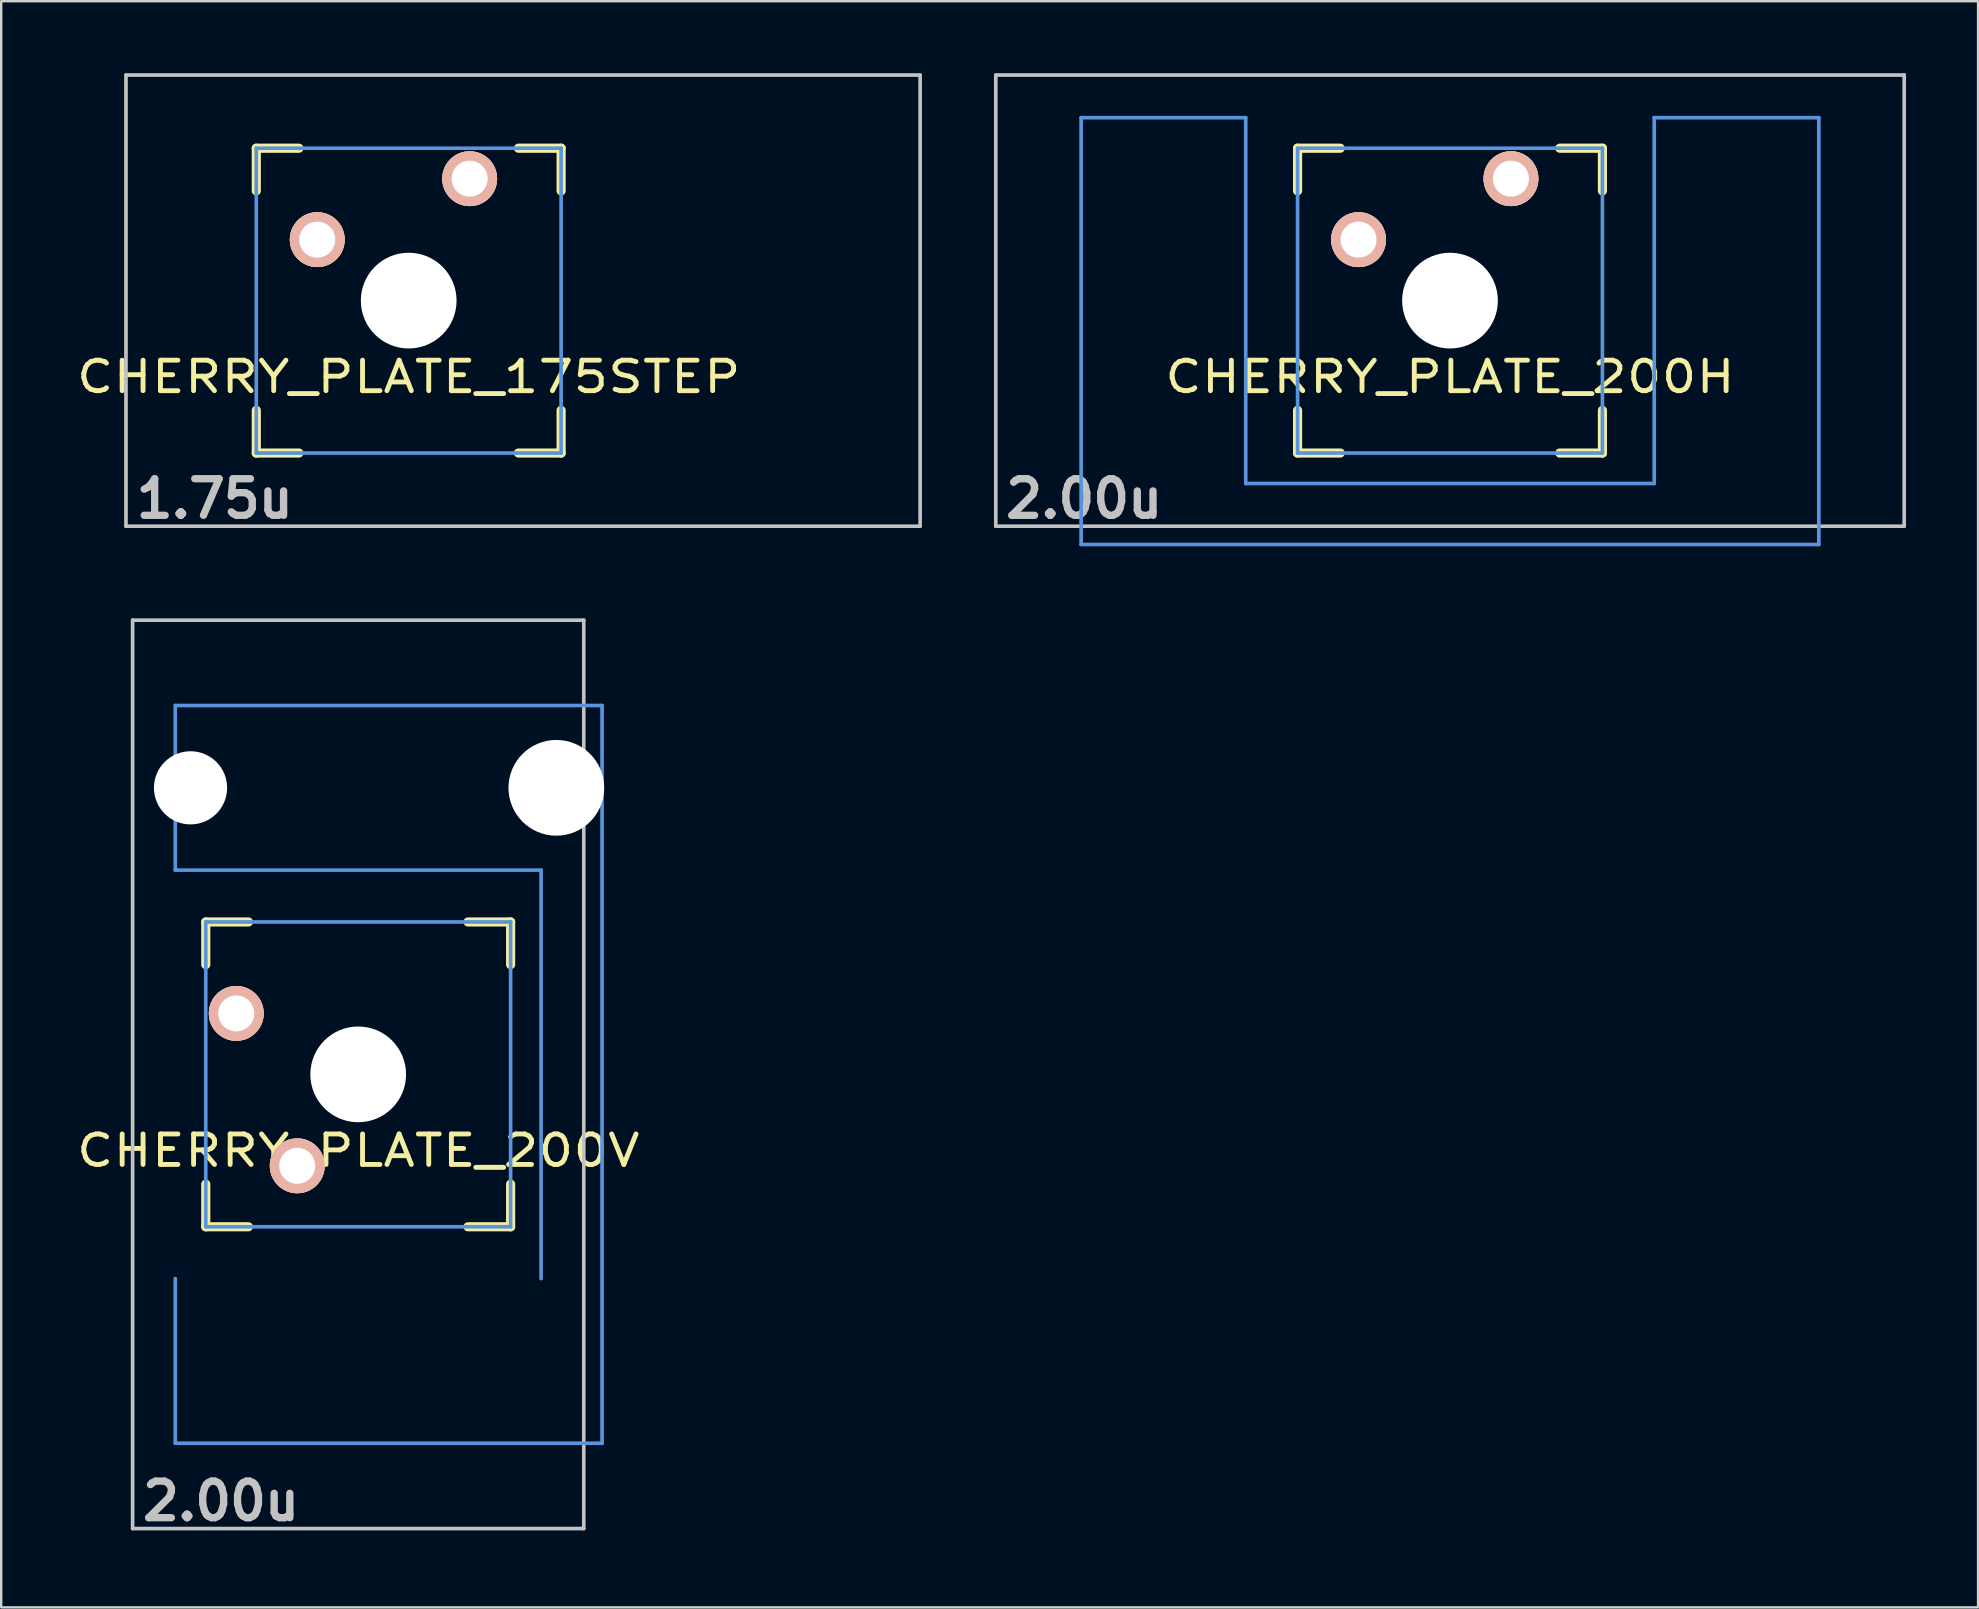
<source format=kicad_pcb>
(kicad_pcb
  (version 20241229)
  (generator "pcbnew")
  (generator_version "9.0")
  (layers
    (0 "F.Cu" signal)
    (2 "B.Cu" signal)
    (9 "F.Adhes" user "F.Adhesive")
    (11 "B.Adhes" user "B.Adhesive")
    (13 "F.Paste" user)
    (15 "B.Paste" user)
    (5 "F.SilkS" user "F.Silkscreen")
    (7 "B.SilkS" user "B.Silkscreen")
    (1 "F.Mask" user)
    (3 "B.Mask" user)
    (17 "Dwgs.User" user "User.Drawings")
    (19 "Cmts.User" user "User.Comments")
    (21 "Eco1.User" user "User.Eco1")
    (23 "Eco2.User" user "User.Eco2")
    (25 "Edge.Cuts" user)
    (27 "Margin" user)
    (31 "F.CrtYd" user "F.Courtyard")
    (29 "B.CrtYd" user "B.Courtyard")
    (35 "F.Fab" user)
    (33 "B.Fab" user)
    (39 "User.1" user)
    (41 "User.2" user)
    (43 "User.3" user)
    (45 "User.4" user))
  (footprint "CHERRY_PLATE_200V"
    (layer "F.Cu")
    (at 11.873 41.71)
    (property "Reference" "CHERRY_PLATE_200V" (at 0 3.175 0) (layer "F.SilkS") (effects (font (size 1.27 1.524) (thickness 0.203))))
    (attr through_hole)
    (fp_line (start -6.35 -6.35) (end -4.572 -6.35) (stroke (width 0.381) (type solid)) (layer "F.SilkS"))
    (fp_line (start -6.35 -4.572) (end -6.35 -6.35) (stroke (width 0.381) (type solid)) (layer "F.SilkS"))
    (fp_line (start -6.35 6.35) (end -6.35 4.572) (stroke (width 0.381) (type solid)) (layer "F.SilkS"))
    (fp_line (start -4.572 6.35) (end -6.35 6.35) (stroke (width 0.381) (type solid)) (layer "F.SilkS"))
    (fp_line (start 4.572 -6.35) (end 6.35 -6.35) (stroke (width 0.381) (type solid)) (layer "F.SilkS"))
    (fp_line (start 6.35 -6.35) (end 6.35 -4.572) (stroke (width 0.381) (type solid)) (layer "F.SilkS"))
    (fp_line (start 6.35 4.572) (end 6.35 6.35) (stroke (width 0.381) (type solid)) (layer "F.SilkS"))
    (fp_line (start 6.35 6.35) (end 4.572 6.35) (stroke (width 0.381) (type solid)) (layer "F.SilkS"))
    (fp_line (start -9.398 -18.923) (end 9.398 -18.923) (stroke (width 0.152) (type solid)) (layer "Dwgs.User"))
    (fp_line (start -9.398 18.923) (end -9.398 -18.923) (stroke (width 0.152) (type solid)) (layer "Dwgs.User"))
    (fp_line (start 9.398 -18.923) (end 9.398 18.923) (stroke (width 0.152) (type solid)) (layer "Dwgs.User"))
    (fp_line (start 9.398 18.923) (end -9.398 18.923) (stroke (width 0.152) (type solid)) (layer "Dwgs.User"))
    (fp_line (start -7.62 -15.367) (end -7.62 -8.509) (stroke (width 0.152) (type solid)) (layer "Cmts.User"))
    (fp_line (start -7.62 -8.509) (end 7.62 -8.509) (stroke (width 0.152) (type solid)) (layer "Cmts.User"))
    (fp_line (start -7.62 8.509) (end -7.62 15.367) (stroke (width 0.152) (type solid)) (layer "Cmts.User"))
    (fp_line (start -7.62 15.367) (end 10.16 15.367) (stroke (width 0.152) (type solid)) (layer "Cmts.User"))
    (fp_line (start -6.35 -6.35) (end 6.35 -6.35) (stroke (width 0.152) (type solid)) (layer "Cmts.User"))
    (fp_line (start -6.35 6.35) (end -6.35 -6.35) (stroke (width 0.152) (type solid)) (layer "Cmts.User"))
    (fp_line (start 6.35 -6.35) (end 6.35 6.35) (stroke (width 0.152) (type solid)) (layer "Cmts.User"))
    (fp_line (start 6.35 6.35) (end -6.35 6.35) (stroke (width 0.152) (type solid)) (layer "Cmts.User"))
    (fp_line (start 7.62 -8.509) (end 7.62 8.509) (stroke (width 0.152) (type solid)) (layer "Cmts.User"))
    (fp_line (start 10.16 -15.367) (end -7.62 -15.367) (stroke (width 0.152) (type solid)) (layer "Cmts.User"))
    (fp_line (start 10.16 15.367) (end 10.16 -15.367) (stroke (width 0.152) (type solid)) (layer "Cmts.User"))
    (fp_line (start -6.985 -6.985) (end -4.877 -6.985) (stroke (width 0.152) (type solid)) (layer "Eco2.User"))
    (fp_line (start -6.985 6.985) (end -6.985 -6.985) (stroke (width 0.152) (type solid)) (layer "Eco2.User"))
    (fp_line (start -5.69 -15.265) (end -2.286 -15.265) (stroke (width 0.152) (type solid)) (layer "Eco2.User"))
    (fp_line (start -5.69 -8.611) (end -5.69 -15.265) (stroke (width 0.152) (type solid)) (layer "Eco2.User"))
    (fp_line (start -5.69 8.611) (end -4.877 8.611) (stroke (width 0.152) (type solid)) (layer "Eco2.User"))
    (fp_line (start -5.69 15.265) (end -5.69 8.611) (stroke (width 0.152) (type solid)) (layer "Eco2.User"))
    (fp_line (start -4.877 -8.611) (end -5.69 -8.611) (stroke (width 0.152) (type solid)) (layer "Eco2.User"))
    (fp_line (start -4.877 -6.985) (end -4.877 -8.611) (stroke (width 0.152) (type solid)) (layer "Eco2.User"))
    (fp_line (start -4.877 6.985) (end -6.985 6.985) (stroke (width 0.152) (type solid)) (layer "Eco2.User"))
    (fp_line (start -4.877 8.611) (end -4.877 6.985) (stroke (width 0.152) (type solid)) (layer "Eco2.User"))
    (fp_line (start -2.286 -16.129) (end 0.508 -16.129) (stroke (width 0.152) (type solid)) (layer "Eco2.User"))
    (fp_line (start -2.286 -15.265) (end -2.286 -16.129) (stroke (width 0.152) (type solid)) (layer "Eco2.User"))
    (fp_line (start -2.286 15.265) (end -5.69 15.265) (stroke (width 0.152) (type solid)) (layer "Eco2.User"))
    (fp_line (start -2.286 16.129) (end -2.286 15.265) (stroke (width 0.152) (type solid)) (layer "Eco2.User"))
    (fp_line (start 0.508 -16.129) (end 0.508 -15.265) (stroke (width 0.152) (type solid)) (layer "Eco2.User"))
    (fp_line (start 0.508 -15.265) (end 6.604 -15.265) (stroke (width 0.152) (type solid)) (layer "Eco2.User"))
    (fp_line (start 0.508 15.265) (end 0.508 16.129) (stroke (width 0.152) (type solid)) (layer "Eco2.User"))
    (fp_line (start 0.508 16.129) (end -2.286 16.129) (stroke (width 0.152) (type solid)) (layer "Eco2.User"))
    (fp_line (start 5.817 -8.611) (end 5.817 -6.985) (stroke (width 0.152) (type solid)) (layer "Eco2.User"))
    (fp_line (start 5.817 -6.985) (end 6.985 -6.985) (stroke (width 0.152) (type solid)) (layer "Eco2.User"))
    (fp_line (start 5.817 6.985) (end 5.817 8.611) (stroke (width 0.152) (type solid)) (layer "Eco2.User"))
    (fp_line (start 5.817 8.611) (end 6.604 8.611) (stroke (width 0.152) (type solid)) (layer "Eco2.User"))
    (fp_line (start 6.604 -15.265) (end 6.604 -14.224) (stroke (width 0.152) (type solid)) (layer "Eco2.User"))
    (fp_line (start 6.604 -14.224) (end 7.772 -14.224) (stroke (width 0.152) (type solid)) (layer "Eco2.User"))
    (fp_line (start 6.604 -9.652) (end 6.604 -8.611) (stroke (width 0.152) (type solid)) (layer "Eco2.User"))
    (fp_line (start 6.604 -8.611) (end 5.817 -8.611) (stroke (width 0.152) (type solid)) (layer "Eco2.User"))
    (fp_line (start 6.604 8.611) (end 6.604 9.652) (stroke (width 0.152) (type solid)) (layer "Eco2.User"))
    (fp_line (start 6.604 9.652) (end 7.772 9.652) (stroke (width 0.152) (type solid)) (layer "Eco2.User"))
    (fp_line (start 6.604 14.224) (end 6.604 15.265) (stroke (width 0.152) (type solid)) (layer "Eco2.User"))
    (fp_line (start 6.604 15.265) (end 0.508 15.265) (stroke (width 0.152) (type solid)) (layer "Eco2.User"))
    (fp_line (start 6.985 -6.985) (end 6.985 6.985) (stroke (width 0.152) (type solid)) (layer "Eco2.User"))
    (fp_line (start 6.985 6.985) (end 5.817 6.985) (stroke (width 0.152) (type solid)) (layer "Eco2.User"))
    (fp_line (start 7.772 -14.224) (end 7.772 -9.652) (stroke (width 0.152) (type solid)) (layer "Eco2.User"))
    (fp_line (start 7.772 -9.652) (end 6.604 -9.652) (stroke (width 0.152) (type solid)) (layer "Eco2.User"))
    (fp_line (start 7.772 9.652) (end 7.772 14.224) (stroke (width 0.152) (type solid)) (layer "Eco2.User"))
    (fp_line (start 7.772 14.224) (end 6.604 14.224) (stroke (width 0.152) (type solid)) (layer "Eco2.User"))
    (fp_text user "2.00u" (at -5.715 17.78 0) (layer "Dwgs.User") (effects (font (size 1.524 1.524) (thickness 0.305))))
    (pad "" np_thru_hole circle (at -6.985 -11.938 90) (size 3.048 3.048) (drill 3.048) (layers "*.Cu"))
    (pad "" np_thru_hole circle (at 0 0 90) (size 3.988 3.988) (drill 3.988) (layers "*.Cu"))
    (pad "" np_thru_hole circle (at 8.255 -11.938 90) (size 3.988 3.988) (drill 3.988) (layers "*.Cu"))
    (pad "1" thru_hole circle (at -5.08 -2.54 90) (size 2.286 2.286) (drill 1.499) (layers "*.Cu" "*.SilkS" "*.Mask"))
    (pad "2" thru_hole circle (at -2.54 3.81 90) (size 2.286 2.286) (drill 1.499) (layers "*.Cu" "*.SilkS" "*.Mask")))
  (footprint "CHERRY_PLATE_200H"
    (layer "F.Cu")
    (at 57.359 9.474)
    (property "Reference" "CHERRY_PLATE_200H" (at 0 3.175 0) (layer "F.SilkS") (effects (font (size 1.27 1.524) (thickness 0.203))))
    (attr through_hole)
    (fp_line (start -6.35 -6.35) (end -4.572 -6.35) (stroke (width 0.381) (type solid)) (layer "F.SilkS"))
    (fp_line (start -6.35 -4.572) (end -6.35 -6.35) (stroke (width 0.381) (type solid)) (layer "F.SilkS"))
    (fp_line (start -6.35 6.35) (end -6.35 4.572) (stroke (width 0.381) (type solid)) (layer "F.SilkS"))
    (fp_line (start -4.572 6.35) (end -6.35 6.35) (stroke (width 0.381) (type solid)) (layer "F.SilkS"))
    (fp_line (start 4.572 -6.35) (end 6.35 -6.35) (stroke (width 0.381) (type solid)) (layer "F.SilkS"))
    (fp_line (start 6.35 -6.35) (end 6.35 -4.572) (stroke (width 0.381) (type solid)) (layer "F.SilkS"))
    (fp_line (start 6.35 4.572) (end 6.35 6.35) (stroke (width 0.381) (type solid)) (layer "F.SilkS"))
    (fp_line (start 6.35 6.35) (end 4.572 6.35) (stroke (width 0.381) (type solid)) (layer "F.SilkS"))
    (fp_line (start -18.923 -9.398) (end 18.923 -9.398) (stroke (width 0.152) (type solid)) (layer "Dwgs.User"))
    (fp_line (start -18.923 9.398) (end -18.923 -9.398) (stroke (width 0.152) (type solid)) (layer "Dwgs.User"))
    (fp_line (start 18.923 -9.398) (end 18.923 9.398) (stroke (width 0.152) (type solid)) (layer "Dwgs.User"))
    (fp_line (start 18.923 9.398) (end -18.923 9.398) (stroke (width 0.152) (type solid)) (layer "Dwgs.User"))
    (fp_line (start -15.367 -7.62) (end -15.367 10.16) (stroke (width 0.152) (type solid)) (layer "Cmts.User"))
    (fp_line (start -15.367 10.16) (end 15.367 10.16) (stroke (width 0.152) (type solid)) (layer "Cmts.User"))
    (fp_line (start -8.509 -7.62) (end -15.367 -7.62) (stroke (width 0.152) (type solid)) (layer "Cmts.User"))
    (fp_line (start -8.509 7.62) (end -8.509 -7.62) (stroke (width 0.152) (type solid)) (layer "Cmts.User"))
    (fp_line (start -6.35 -6.35) (end 6.35 -6.35) (stroke (width 0.152) (type solid)) (layer "Cmts.User"))
    (fp_line (start -6.35 6.35) (end -6.35 -6.35) (stroke (width 0.152) (type solid)) (layer "Cmts.User"))
    (fp_line (start 6.35 -6.35) (end 6.35 6.35) (stroke (width 0.152) (type solid)) (layer "Cmts.User"))
    (fp_line (start 6.35 6.35) (end -6.35 6.35) (stroke (width 0.152) (type solid)) (layer "Cmts.User"))
    (fp_line (start 8.509 -7.62) (end 8.509 7.62) (stroke (width 0.152) (type solid)) (layer "Cmts.User"))
    (fp_line (start 8.509 7.62) (end -8.509 7.62) (stroke (width 0.152) (type solid)) (layer "Cmts.User"))
    (fp_line (start 15.367 -7.62) (end 8.509 -7.62) (stroke (width 0.152) (type solid)) (layer "Cmts.User"))
    (fp_line (start 15.367 10.16) (end 15.367 -7.62) (stroke (width 0.152) (type solid)) (layer "Cmts.User"))
    (fp_line (start -16.129 -2.286) (end -15.265 -2.286) (stroke (width 0.152) (type solid)) (layer "Eco2.User"))
    (fp_line (start -16.129 0.508) (end -16.129 -2.286) (stroke (width 0.152) (type solid)) (layer "Eco2.User"))
    (fp_line (start -15.265 -5.69) (end -8.611 -5.69) (stroke (width 0.152) (type solid)) (layer "Eco2.User"))
    (fp_line (start -15.265 -2.286) (end -15.265 -5.69) (stroke (width 0.152) (type solid)) (layer "Eco2.User"))
    (fp_line (start -15.265 0.508) (end -16.129 0.508) (stroke (width 0.152) (type solid)) (layer "Eco2.User"))
    (fp_line (start -15.265 6.604) (end -15.265 0.508) (stroke (width 0.152) (type solid)) (layer "Eco2.User"))
    (fp_line (start -14.224 6.604) (end -15.265 6.604) (stroke (width 0.152) (type solid)) (layer "Eco2.User"))
    (fp_line (start -14.224 7.772) (end -14.224 6.604) (stroke (width 0.152) (type solid)) (layer "Eco2.User"))
    (fp_line (start -9.652 6.604) (end -9.652 7.772) (stroke (width 0.152) (type solid)) (layer "Eco2.User"))
    (fp_line (start -9.652 7.772) (end -14.224 7.772) (stroke (width 0.152) (type solid)) (layer "Eco2.User"))
    (fp_line (start -8.611 -5.69) (end -8.611 -4.877) (stroke (width 0.152) (type solid)) (layer "Eco2.User"))
    (fp_line (start -8.611 -4.877) (end -6.985 -4.877) (stroke (width 0.152) (type solid)) (layer "Eco2.User"))
    (fp_line (start -8.611 5.817) (end -8.611 6.604) (stroke (width 0.152) (type solid)) (layer "Eco2.User"))
    (fp_line (start -8.611 6.604) (end -9.652 6.604) (stroke (width 0.152) (type solid)) (layer "Eco2.User"))
    (fp_line (start -6.985 -6.985) (end 6.985 -6.985) (stroke (width 0.152) (type solid)) (layer "Eco2.User"))
    (fp_line (start -6.985 -4.877) (end -6.985 -6.985) (stroke (width 0.152) (type solid)) (layer "Eco2.User"))
    (fp_line (start -6.985 5.817) (end -8.611 5.817) (stroke (width 0.152) (type solid)) (layer "Eco2.User"))
    (fp_line (start -6.985 6.985) (end -6.985 5.817) (stroke (width 0.152) (type solid)) (layer "Eco2.User"))
    (fp_line (start 6.985 -6.985) (end 6.985 -4.877) (stroke (width 0.152) (type solid)) (layer "Eco2.User"))
    (fp_line (start 6.985 -4.877) (end 8.611 -4.877) (stroke (width 0.152) (type solid)) (layer "Eco2.User"))
    (fp_line (start 6.985 5.817) (end 6.985 6.985) (stroke (width 0.152) (type solid)) (layer "Eco2.User"))
    (fp_line (start 6.985 6.985) (end -6.985 6.985) (stroke (width 0.152) (type solid)) (layer "Eco2.User"))
    (fp_line (start 8.611 -5.69) (end 15.265 -5.69) (stroke (width 0.152) (type solid)) (layer "Eco2.User"))
    (fp_line (start 8.611 -4.877) (end 8.611 -5.69) (stroke (width 0.152) (type solid)) (layer "Eco2.User"))
    (fp_line (start 8.611 5.817) (end 6.985 5.817) (stroke (width 0.152) (type solid)) (layer "Eco2.User"))
    (fp_line (start 8.611 6.604) (end 8.611 5.817) (stroke (width 0.152) (type solid)) (layer "Eco2.User"))
    (fp_line (start 9.652 6.604) (end 8.611 6.604) (stroke (width 0.152) (type solid)) (layer "Eco2.User"))
    (fp_line (start 9.652 7.772) (end 9.652 6.604) (stroke (width 0.152) (type solid)) (layer "Eco2.User"))
    (fp_line (start 14.224 6.604) (end 14.224 7.772) (stroke (width 0.152) (type solid)) (layer "Eco2.User"))
    (fp_line (start 14.224 7.772) (end 9.652 7.772) (stroke (width 0.152) (type solid)) (layer "Eco2.User"))
    (fp_line (start 15.265 -5.69) (end 15.265 -2.286) (stroke (width 0.152) (type solid)) (layer "Eco2.User"))
    (fp_line (start 15.265 -2.286) (end 16.129 -2.286) (stroke (width 0.152) (type solid)) (layer "Eco2.User"))
    (fp_line (start 15.265 0.508) (end 15.265 6.604) (stroke (width 0.152) (type solid)) (layer "Eco2.User"))
    (fp_line (start 15.265 6.604) (end 14.224 6.604) (stroke (width 0.152) (type solid)) (layer "Eco2.User"))
    (fp_line (start 16.129 -2.286) (end 16.129 0.508) (stroke (width 0.152) (type solid)) (layer "Eco2.User"))
    (fp_line (start 16.129 0.508) (end 15.265 0.508) (stroke (width 0.152) (type solid)) (layer "Eco2.User"))
    (fp_text user "2.00u" (at -15.24 8.255 0) (layer "Dwgs.User") (effects (font (size 1.524 1.524) (thickness 0.305))))
    (pad "" np_thru_hole circle (at 0 0) (size 3.988 3.988) (drill 3.988) (layers "*.Cu"))
    (pad "1" thru_hole circle (at 2.54 -5.08) (size 2.286 2.286) (drill 1.499) (layers "*.Cu" "*.SilkS" "*.Mask"))
    (pad "2" thru_hole circle (at -3.81 -2.54) (size 2.286 2.286) (drill 1.499) (layers "*.Cu" "*.SilkS" "*.Mask")))
  (footprint "CHERRY_PLATE_175STEP"
    (layer "F.Cu")
    (at 13.977 9.474)
    (property "Reference" "CHERRY_PLATE_175STEP" (at 0 3.175 0) (layer "F.SilkS") (effects (font (size 1.27 1.524) (thickness 0.203))))
    (attr through_hole)
    (fp_line (start -6.35 -6.35) (end -4.572 -6.35) (stroke (width 0.381) (type solid)) (layer "F.SilkS"))
    (fp_line (start -6.35 -4.572) (end -6.35 -6.35) (stroke (width 0.381) (type solid)) (layer "F.SilkS"))
    (fp_line (start -6.35 6.35) (end -6.35 4.572) (stroke (width 0.381) (type solid)) (layer "F.SilkS"))
    (fp_line (start -4.572 6.35) (end -6.35 6.35) (stroke (width 0.381) (type solid)) (layer "F.SilkS"))
    (fp_line (start 4.572 -6.35) (end 6.35 -6.35) (stroke (width 0.381) (type solid)) (layer "F.SilkS"))
    (fp_line (start 6.35 -6.35) (end 6.35 -4.572) (stroke (width 0.381) (type solid)) (layer "F.SilkS"))
    (fp_line (start 6.35 4.572) (end 6.35 6.35) (stroke (width 0.381) (type solid)) (layer "F.SilkS"))
    (fp_line (start 6.35 6.35) (end 4.572 6.35) (stroke (width 0.381) (type solid)) (layer "F.SilkS"))
    (fp_line (start -11.779 -9.398) (end 21.307 -9.398) (stroke (width 0.152) (type solid)) (layer "Dwgs.User"))
    (fp_line (start -11.779 9.398) (end -11.779 -9.398) (stroke (width 0.152) (type solid)) (layer "Dwgs.User"))
    (fp_line (start 21.307 -9.398) (end 21.307 9.398) (stroke (width 0.152) (type solid)) (layer "Dwgs.User"))
    (fp_line (start 21.307 9.398) (end -11.779 9.398) (stroke (width 0.152) (type solid)) (layer "Dwgs.User"))
    (fp_line (start -6.35 -6.35) (end 6.35 -6.35) (stroke (width 0.152) (type solid)) (layer "Cmts.User"))
    (fp_line (start -6.35 6.35) (end -6.35 -6.35) (stroke (width 0.152) (type solid)) (layer "Cmts.User"))
    (fp_line (start 6.35 -6.35) (end 6.35 6.35) (stroke (width 0.152) (type solid)) (layer "Cmts.User"))
    (fp_line (start 6.35 6.35) (end -6.35 6.35) (stroke (width 0.152) (type solid)) (layer "Cmts.User"))
    (fp_line (start -6.985 -6.985) (end 6.985 -6.985) (stroke (width 0.152) (type solid)) (layer "Eco2.User"))
    (fp_line (start -6.985 6.985) (end -6.985 -6.985) (stroke (width 0.152) (type solid)) (layer "Eco2.User"))
    (fp_line (start 6.985 -6.985) (end 6.985 6.985) (stroke (width 0.152) (type solid)) (layer "Eco2.User"))
    (fp_line (start 6.985 6.985) (end -6.985 6.985) (stroke (width 0.152) (type solid)) (layer "Eco2.User"))
    (fp_text user "1.75u" (at -8.079 8.255 0) (layer "Dwgs.User") (effects (font (size 1.524 1.524) (thickness 0.305))))
    (pad "" np_thru_hole circle (at 0 0) (size 3.988 3.988) (drill 3.988) (layers "*.Cu"))
    (pad "1" thru_hole circle (at 2.54 -5.08) (size 2.286 2.286) (drill 1.499) (layers "*.Cu" "*.SilkS" "*.Mask"))
    (pad "2" thru_hole circle (at -3.81 -2.54) (size 2.286 2.286) (drill 1.499) (layers "*.Cu" "*.SilkS" "*.Mask")))
  (gr_rect
    (start -3 -3)
    (end 79.359 63.916)
    (stroke (width 0.1) (type default))
    (fill no)
    (layer "Edge.Cuts")))
</source>
